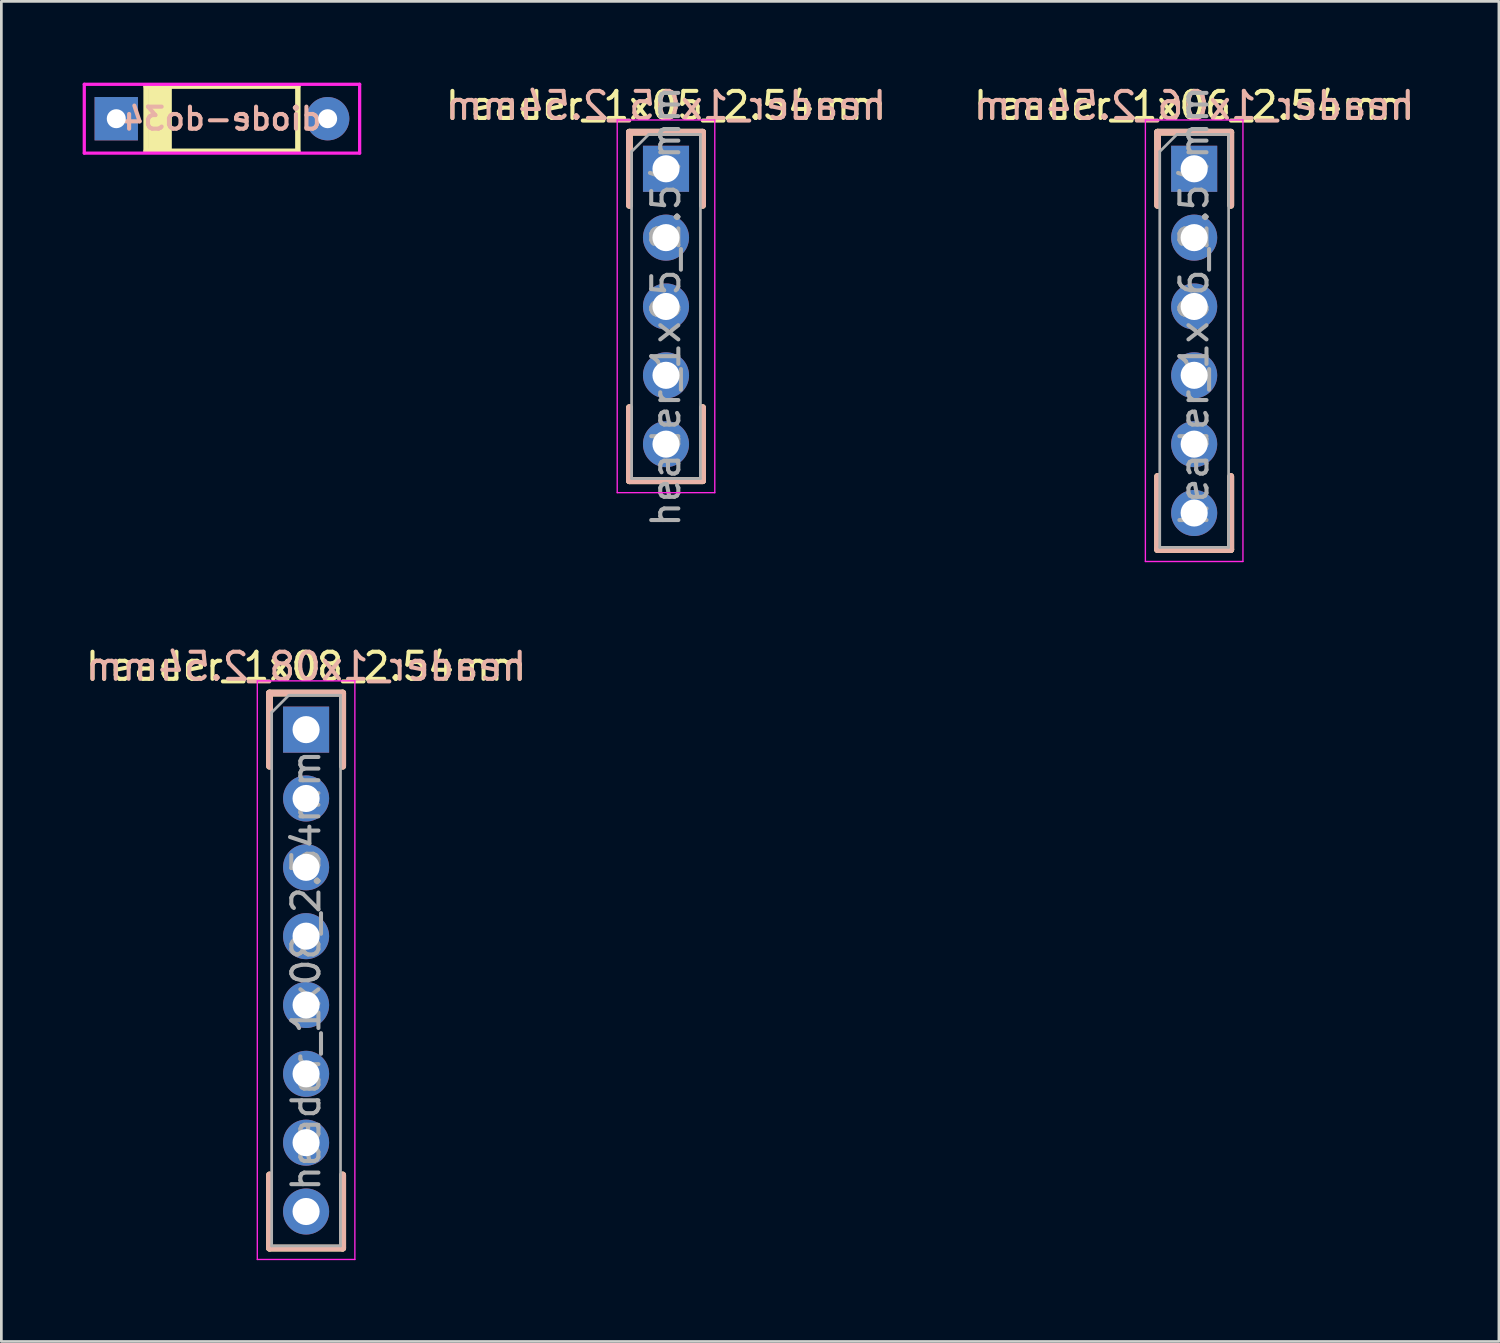
<source format=kicad_pcb>
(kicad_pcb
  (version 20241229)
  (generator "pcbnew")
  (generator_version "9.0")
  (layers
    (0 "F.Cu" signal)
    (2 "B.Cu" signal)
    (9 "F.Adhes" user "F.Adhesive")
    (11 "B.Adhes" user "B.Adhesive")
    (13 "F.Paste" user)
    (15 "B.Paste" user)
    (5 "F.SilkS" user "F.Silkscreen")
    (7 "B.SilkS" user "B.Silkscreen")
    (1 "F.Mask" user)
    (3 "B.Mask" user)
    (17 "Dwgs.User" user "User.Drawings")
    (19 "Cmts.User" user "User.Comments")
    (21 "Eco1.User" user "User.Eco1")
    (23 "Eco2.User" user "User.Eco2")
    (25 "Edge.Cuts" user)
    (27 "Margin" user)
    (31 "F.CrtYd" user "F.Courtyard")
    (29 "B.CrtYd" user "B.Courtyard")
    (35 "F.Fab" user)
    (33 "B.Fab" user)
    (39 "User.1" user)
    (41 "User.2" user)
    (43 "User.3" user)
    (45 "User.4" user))
  (footprint "header_1x05_2.54mm"
    (layer "F.Cu")
    (at 21.524 3.178)
    (property "Reference" "header_1x05_2.54mm" (at 0 -2.33 0) (layer "F.SilkS") (effects (font (size 1 1) (thickness 0.15))))
    (attr through_hole)
    (fp_line (start -1.35 -1.35) (end 1.35 -1.35) (stroke (width 0.25) (type solid)) (layer "F.SilkS"))
    (fp_line (start -1.35 1.35) (end -1.35 -1.35) (stroke (width 0.25) (type solid)) (layer "F.SilkS"))
    (fp_line (start -1.35 11.51) (end -1.35 8.81) (stroke (width 0.25) (type solid)) (layer "F.SilkS"))
    (fp_line (start -1.35 11.51) (end 1.35 11.51) (stroke (width 0.25) (type solid)) (layer "F.SilkS"))
    (fp_line (start 1.35 -1.35) (end 1.35 1.35) (stroke (width 0.25) (type solid)) (layer "F.SilkS"))
    (fp_line (start 1.35 11.51) (end 1.35 8.81) (stroke (width 0.25) (type solid)) (layer "F.SilkS"))
    (fp_line (start -1.35 -1.35) (end -1.35 1.35) (stroke (width 0.25) (type solid)) (layer "B.SilkS"))
    (fp_line (start -1.35 11.51) (end -1.35 8.81) (stroke (width 0.25) (type solid)) (layer "B.SilkS"))
    (fp_line (start 1.35 -1.35) (end -1.35 -1.35) (stroke (width 0.25) (type solid)) (layer "B.SilkS"))
    (fp_line (start 1.35 1.35) (end 1.35 -1.35) (stroke (width 0.25) (type solid)) (layer "B.SilkS"))
    (fp_line (start 1.35 11.51) (end -1.35 11.51) (stroke (width 0.25) (type solid)) (layer "B.SilkS"))
    (fp_line (start 1.35 11.51) (end 1.35 8.81) (stroke (width 0.25) (type solid)) (layer "B.SilkS"))
    (fp_line (start -1.8 -1.8) (end -1.8 11.95) (stroke (width 0.05) (type solid)) (layer "F.CrtYd"))
    (fp_line (start -1.8 11.95) (end 1.8 11.95) (stroke (width 0.05) (type solid)) (layer "F.CrtYd"))
    (fp_line (start 1.8 -1.8) (end -1.8 -1.8) (stroke (width 0.05) (type solid)) (layer "F.CrtYd"))
    (fp_line (start 1.8 11.95) (end 1.8 -1.8) (stroke (width 0.05) (type solid)) (layer "F.CrtYd"))
    (fp_line (start -1.27 -0.635) (end -0.635 -1.27) (stroke (width 0.1) (type solid)) (layer "F.Fab"))
    (fp_line (start -1.27 11.43) (end -1.27 -0.635) (stroke (width 0.1) (type solid)) (layer "F.Fab"))
    (fp_line (start -0.635 -1.27) (end 1.27 -1.27) (stroke (width 0.1) (type solid)) (layer "F.Fab"))
    (fp_line (start 1.27 -1.27) (end 1.27 11.43) (stroke (width 0.1) (type solid)) (layer "F.Fab"))
    (fp_line (start 1.27 11.43) (end -1.27 11.43) (stroke (width 0.1) (type solid)) (layer "F.Fab"))
    (fp_text user "${REFERENCE}" (at 0 -2.33 0) (layer "B.SilkS") (effects (font (size 1 1) (thickness 0.15)) (justify mirror)))
    (fp_text user "${REFERENCE}" (at 0 5.08 90) (layer "F.Fab") (effects (font (size 1 1) (thickness 0.15))))
    (pad "1" thru_hole rect (at 0 0) (size 1.7 1.7) (drill 1) (layers "*.Cu" "*.Mask"))
    (pad "2" thru_hole oval (at 0 2.54) (size 1.7 1.7) (drill 1) (layers "*.Cu" "*.Mask"))
    (pad "3" thru_hole oval (at 0 5.08) (size 1.7 1.7) (drill 1) (layers "*.Cu" "*.Mask"))
    (pad "4" thru_hole oval (at 0 7.62) (size 1.7 1.7) (drill 1) (layers "*.Cu" "*.Mask"))
    (pad "5" thru_hole oval (at 0 10.16) (size 1.7 1.7) (drill 1) (layers "*.Cu" "*.Mask")))
  (footprint "header_1x08_2.54mm"
    (layer "F.Cu")
    (at 8.244 23.872)
    (property "Reference" "header_1x08_2.54mm" (at 0 -2.33 0) (layer "F.SilkS") (effects (font (size 1 1) (thickness 0.15))))
    (attr through_hole)
    (fp_line (start -1.35 -1.35) (end 1.35 -1.35) (stroke (width 0.25) (type solid)) (layer "F.SilkS"))
    (fp_line (start -1.35 1.35) (end -1.35 -1.35) (stroke (width 0.25) (type solid)) (layer "F.SilkS"))
    (fp_line (start -1.35 19.13) (end -1.35 16.43) (stroke (width 0.25) (type solid)) (layer "F.SilkS"))
    (fp_line (start -1.35 19.13) (end 1.35 19.13) (stroke (width 0.25) (type solid)) (layer "F.SilkS"))
    (fp_line (start 1.35 -1.35) (end 1.35 1.35) (stroke (width 0.25) (type solid)) (layer "F.SilkS"))
    (fp_line (start 1.35 19.13) (end 1.35 16.43) (stroke (width 0.25) (type solid)) (layer "F.SilkS"))
    (fp_line (start -1.35 -1.35) (end -1.35 1.35) (stroke (width 0.25) (type solid)) (layer "B.SilkS"))
    (fp_line (start -1.35 19.13) (end -1.35 16.43) (stroke (width 0.25) (type solid)) (layer "B.SilkS"))
    (fp_line (start 1.35 -1.35) (end -1.35 -1.35) (stroke (width 0.25) (type solid)) (layer "B.SilkS"))
    (fp_line (start 1.35 1.35) (end 1.35 -1.35) (stroke (width 0.25) (type solid)) (layer "B.SilkS"))
    (fp_line (start 1.35 19.13) (end -1.35 19.13) (stroke (width 0.25) (type solid)) (layer "B.SilkS"))
    (fp_line (start 1.35 19.13) (end 1.35 16.43) (stroke (width 0.25) (type solid)) (layer "B.SilkS"))
    (fp_line (start -1.8 -1.8) (end -1.8 19.55) (stroke (width 0.05) (type solid)) (layer "F.CrtYd"))
    (fp_line (start -1.8 19.55) (end 1.8 19.55) (stroke (width 0.05) (type solid)) (layer "F.CrtYd"))
    (fp_line (start 1.8 -1.8) (end -1.8 -1.8) (stroke (width 0.05) (type solid)) (layer "F.CrtYd"))
    (fp_line (start 1.8 19.55) (end 1.8 -1.8) (stroke (width 0.05) (type solid)) (layer "F.CrtYd"))
    (fp_line (start -1.27 -0.635) (end -0.635 -1.27) (stroke (width 0.1) (type solid)) (layer "F.Fab"))
    (fp_line (start -1.27 19.05) (end -1.27 -0.635) (stroke (width 0.1) (type solid)) (layer "F.Fab"))
    (fp_line (start -0.635 -1.27) (end 1.27 -1.27) (stroke (width 0.1) (type solid)) (layer "F.Fab"))
    (fp_line (start 1.27 -1.27) (end 1.27 19.05) (stroke (width 0.1) (type solid)) (layer "F.Fab"))
    (fp_line (start 1.27 19.05) (end -1.27 19.05) (stroke (width 0.1) (type solid)) (layer "F.Fab"))
    (fp_text user "${REFERENCE}" (at 0 -2.33 180) (layer "B.SilkS") (effects (font (size 1 1) (thickness 0.15)) (justify mirror)))
    (fp_text user "${REFERENCE}" (at 0 8.89 90) (layer "F.Fab") (effects (font (size 1 1) (thickness 0.15))))
    (pad "1" thru_hole rect (at 0 0) (size 1.7 1.7) (drill 1) (layers "*.Cu" "*.Mask"))
    (pad "2" thru_hole oval (at 0 2.54) (size 1.7 1.7) (drill 1) (layers "*.Cu" "*.Mask"))
    (pad "3" thru_hole oval (at 0 5.08) (size 1.7 1.7) (drill 1) (layers "*.Cu" "*.Mask"))
    (pad "4" thru_hole oval (at 0 7.62) (size 1.7 1.7) (drill 1) (layers "*.Cu" "*.Mask"))
    (pad "5" thru_hole oval (at 0 10.16) (size 1.7 1.7) (drill 1) (layers "*.Cu" "*.Mask"))
    (pad "6" thru_hole oval (at 0 12.7) (size 1.7 1.7) (drill 1) (layers "*.Cu" "*.Mask"))
    (pad "7" thru_hole oval (at 0 15.24) (size 1.7 1.7) (drill 1) (layers "*.Cu" "*.Mask"))
    (pad "8" thru_hole oval (at 0 17.78) (size 1.7 1.7) (drill 1) (layers "*.Cu" "*.Mask")))
  (footprint "header_1x06_2.54mm"
    (layer "F.Cu")
    (at 41.012 3.178)
    (property "Reference" "header_1x06_2.54mm" (at 0 -2.33 0) (layer "F.SilkS") (effects (font (size 1 1) (thickness 0.15))))
    (attr through_hole)
    (fp_line (start -1.35 -1.35) (end 1.35 -1.35) (stroke (width 0.25) (type solid)) (layer "F.SilkS"))
    (fp_line (start -1.35 1.35) (end -1.35 -1.35) (stroke (width 0.25) (type solid)) (layer "F.SilkS"))
    (fp_line (start -1.35 14.05) (end -1.35 11.35) (stroke (width 0.25) (type solid)) (layer "F.SilkS"))
    (fp_line (start -1.35 14.05) (end 1.35 14.05) (stroke (width 0.25) (type solid)) (layer "F.SilkS"))
    (fp_line (start 1.35 -1.35) (end 1.35 1.35) (stroke (width 0.25) (type solid)) (layer "F.SilkS"))
    (fp_line (start 1.35 14.05) (end 1.35 11.35) (stroke (width 0.25) (type solid)) (layer "F.SilkS"))
    (fp_line (start -1.35 -1.35) (end -1.35 1.35) (stroke (width 0.25) (type solid)) (layer "B.SilkS"))
    (fp_line (start -1.35 14.05) (end -1.35 11.35) (stroke (width 0.25) (type solid)) (layer "B.SilkS"))
    (fp_line (start 1.35 -1.35) (end -1.35 -1.35) (stroke (width 0.25) (type solid)) (layer "B.SilkS"))
    (fp_line (start 1.35 1.35) (end 1.35 -1.35) (stroke (width 0.25) (type solid)) (layer "B.SilkS"))
    (fp_line (start 1.35 14.05) (end -1.35 14.05) (stroke (width 0.25) (type solid)) (layer "B.SilkS"))
    (fp_line (start 1.35 14.05) (end 1.35 11.35) (stroke (width 0.25) (type solid)) (layer "B.SilkS"))
    (fp_line (start -1.8 -1.8) (end -1.8 14.49) (stroke (width 0.05) (type solid)) (layer "F.CrtYd"))
    (fp_line (start -1.8 14.49) (end 1.8 14.49) (stroke (width 0.05) (type solid)) (layer "F.CrtYd"))
    (fp_line (start 1.8 -1.8) (end -1.8 -1.8) (stroke (width 0.05) (type solid)) (layer "F.CrtYd"))
    (fp_line (start 1.8 14.49) (end 1.8 -1.8) (stroke (width 0.05) (type solid)) (layer "F.CrtYd"))
    (fp_line (start -1.27 -0.635) (end -0.635 -1.27) (stroke (width 0.1) (type solid)) (layer "F.Fab"))
    (fp_line (start -1.27 13.97) (end -1.27 -0.635) (stroke (width 0.1) (type solid)) (layer "F.Fab"))
    (fp_line (start -0.635 -1.27) (end 1.27 -1.27) (stroke (width 0.1) (type solid)) (layer "F.Fab"))
    (fp_line (start 1.27 -1.27) (end 1.27 13.97) (stroke (width 0.1) (type solid)) (layer "F.Fab"))
    (fp_line (start 1.27 13.97) (end -1.27 13.97) (stroke (width 0.1) (type solid)) (layer "F.Fab"))
    (fp_text user "${REFERENCE}" (at 0 -2.33 0) (layer "B.SilkS") (effects (font (size 1 1) (thickness 0.15)) (justify mirror)))
    (fp_text user "${REFERENCE}" (at 0 5.08 90) (layer "F.Fab") (effects (font (size 1 1) (thickness 0.15))))
    (pad "1" thru_hole rect (at 0 0) (size 1.7 1.7) (drill 1) (layers "*.Cu" "*.Mask"))
    (pad "2" thru_hole oval (at 0 2.54) (size 1.7 1.7) (drill 1) (layers "*.Cu" "*.Mask"))
    (pad "3" thru_hole oval (at 0 5.08) (size 1.7 1.7) (drill 1) (layers "*.Cu" "*.Mask"))
    (pad "4" thru_hole oval (at 0 7.62) (size 1.7 1.7) (drill 1) (layers "*.Cu" "*.Mask"))
    (pad "5" thru_hole oval (at 0 10.16) (size 1.7 1.7) (drill 1) (layers "*.Cu" "*.Mask"))
    (pad "6" thru_hole oval (at 0 12.7) (size 1.7 1.7) (drill 1) (layers "*.Cu" "*.Mask")))
  (footprint "diode-do34"
    (layer "F.Cu")
    (at 5.14 1.33)
    (property "Reference" "diode-do34" (at 0 0 0) (unlocked yes) (layer "B.SilkS") (effects (font (size 0.813 0.813) (thickness 0.152)) (justify mirror)))
    (attr through_hole)
    (fp_line (start -2.8 -1.2) (end -2.8 1.2) (stroke (width 0.2) (type solid)) (layer "F.SilkS"))
    (fp_line (start -2.8 -1.2) (end 2.8 -1.2) (stroke (width 0.2) (type solid)) (layer "F.SilkS"))
    (fp_line (start -2.625 -1.2) (end -2.625 1.2) (stroke (width 0.2) (type solid)) (layer "F.SilkS"))
    (fp_line (start -2.45 -1.2) (end -2.45 1.2) (stroke (width 0.2) (type solid)) (layer "F.SilkS"))
    (fp_line (start -2.275 -1.2) (end -2.275 1.2) (stroke (width 0.2) (type solid)) (layer "F.SilkS"))
    (fp_line (start -2.1 -1.2) (end -2.1 1.2) (stroke (width 0.2) (type solid)) (layer "F.SilkS"))
    (fp_line (start -1.95 -1.2) (end -1.95 1.2) (stroke (width 0.2) (type solid)) (layer "F.SilkS"))
    (fp_line (start 2.8 -1.2) (end 2.8 1.2) (stroke (width 0.2) (type solid)) (layer "F.SilkS"))
    (fp_line (start 2.8 1.2) (end -2.8 1.2) (stroke (width 0.2) (type solid)) (layer "F.SilkS"))
    (fp_line (start -5.08 -1.27) (end -5.08 1.27) (stroke (width 0.12) (type solid)) (layer "F.CrtYd"))
    (fp_line (start -5.08 1.27) (end 5.08 1.27) (stroke (width 0.12) (type solid)) (layer "F.CrtYd"))
    (fp_line (start 5.08 -1.27) (end -5.08 -1.27) (stroke (width 0.12) (type solid)) (layer "F.CrtYd"))
    (fp_line (start 5.08 1.27) (end 5.08 -1.27) (stroke (width 0.12) (type solid)) (layer "F.CrtYd"))
    (pad "1" thru_hole rect (at -3.9 0) (size 1.6 1.6) (drill 0.7) (layers "*.Cu" "*.Mask"))
    (pad "2" thru_hole circle (at 3.9 0) (size 1.6 1.6) (drill 0.7) (layers "*.Cu" "*.Mask")))
  (gr_rect
    (start -3 -3)
    (end 52.256 46.447)
    (stroke (width 0.1) (type default))
    (fill no)
    (layer "Edge.Cuts")))
</source>
